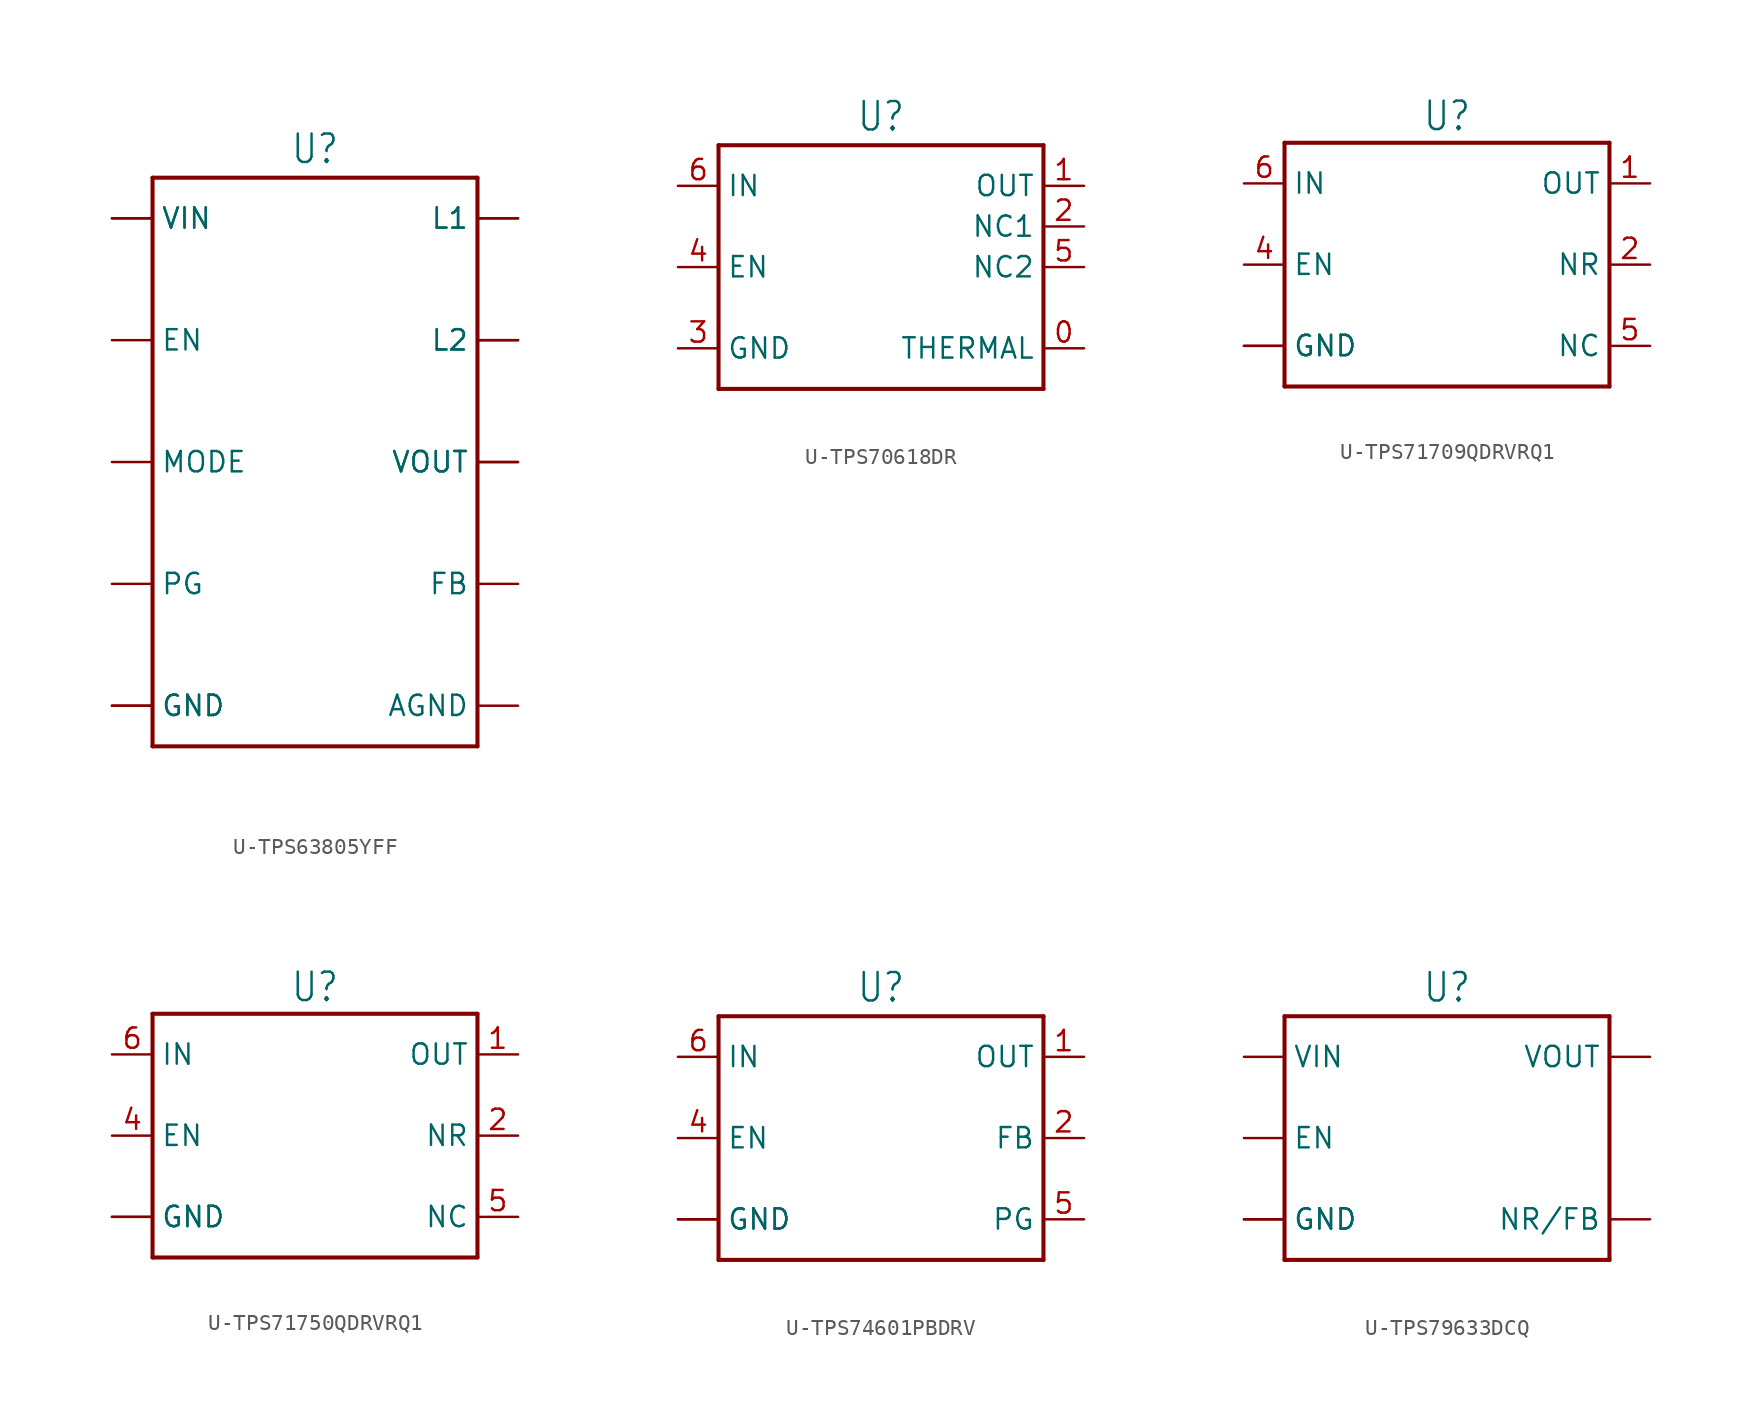
<source format=kicad_sym>
(kicad_symbol_lib
  (version 20231120)
  (generator "kicad_symbol_editor")
  (generator_version "8.0")
  (symbol "U-TPS63805YFF"
    (property "Reference" "U"
      (at 0 18.542 0)
      (effects (font (size 1.778 1.511)) (justify bottom)))
    (property "Value" ""
      (at 0 -18.542 0)
      (effects (font (size 1.778 1.511)) (justify top)))
    (property "ki_locked" ""
      (at 0 0 0)
      (effects (font (size 1.27 1.27))))
    (symbol "U-TPS63805YFF_1_0"
      (polyline (pts (xy -10.16 -17.78) (xy 10.16 -17.78)) (stroke (width 0.254) (type solid)) (fill (type none)))
      (polyline (pts (xy -10.16 17.78) (xy -10.16 -17.78)) (stroke (width 0.254) (type solid)) (fill (type none)))
      (polyline (pts (xy 10.16 -17.78) (xy 10.16 17.78)) (stroke (width 0.254) (type solid)) (fill (type none)))
      (polyline (pts (xy 10.16 17.78) (xy -10.16 17.78)) (stroke (width 0.254) (type solid)) (fill (type none)))
      (pin passive line (at -12.7 7.62 0) (length 2.54) (name "EN" (effects (font (size 1.27 1.27)))) (number "A1" (effects (font (size 0 0)))))
      (pin passive line (at -12.7 15.24 0) (length 2.54) (name "VIN" (effects (font (size 1.27 1.27)))) (number "A2" (effects (font (size 0 0)))))
      (pin passive line (at -12.7 15.24 0) (length 2.54) (name "VIN" (effects (font (size 1.27 1.27)))) (number "A3" (effects (font (size 0 0)))))
      (pin passive line (at -12.7 0 0) (length 2.54) (name "MODE" (effects (font (size 1.27 1.27)))) (number "B1" (effects (font (size 0 0)))))
      (pin passive line (at 12.7 15.24 180) (length 2.54) (name "L1" (effects (font (size 1.27 1.27)))) (number "B2" (effects (font (size 0 0)))))
      (pin passive line (at 12.7 15.24 180) (length 2.54) (name "L1" (effects (font (size 1.27 1.27)))) (number "B3" (effects (font (size 0 0)))))
      (pin passive line (at 12.7 -15.24 180) (length 2.54) (name "AGND" (effects (font (size 1.27 1.27)))) (number "C1" (effects (font (size 0 0)))))
      (pin passive line (at -12.7 -15.24 0) (length 2.54) (name "GND" (effects (font (size 1.27 1.27)))) (number "C2" (effects (font (size 0 0)))))
      (pin passive line (at -12.7 -15.24 0) (length 2.54) (name "GND" (effects (font (size 1.27 1.27)))) (number "C3" (effects (font (size 0 0)))))
      (pin passive line (at 12.7 -7.62 180) (length 2.54) (name "FB" (effects (font (size 1.27 1.27)))) (number "D1" (effects (font (size 0 0)))))
      (pin passive line (at 12.7 7.62 180) (length 2.54) (name "L2" (effects (font (size 1.27 1.27)))) (number "D2" (effects (font (size 0 0)))))
      (pin passive line (at 12.7 7.62 180) (length 2.54) (name "L2" (effects (font (size 1.27 1.27)))) (number "D3" (effects (font (size 0 0)))))
      (pin passive line (at -12.7 -7.62 0) (length 2.54) (name "PG" (effects (font (size 1.27 1.27)))) (number "E1" (effects (font (size 0 0)))))
      (pin passive line (at 12.7 0 180) (length 2.54) (name "VOUT" (effects (font (size 1.27 1.27)))) (number "E2" (effects (font (size 0 0)))))
      (pin passive line (at 12.7 0 180) (length 2.54) (name "VOUT" (effects (font (size 1.27 1.27)))) (number "E3" (effects (font (size 0 0)))))))
  (symbol "U-TPS70618DR"
    (property "Reference" "U"
      (at 0 8.382 0)
      (effects (font (size 1.778 1.511)) (justify bottom)))
    (property "Value" ""
      (at 0 -8.382 0)
      (effects (font (size 1.778 1.511)) (justify top)))
    (property "ki_locked" ""
      (at 0 0 0)
      (effects (font (size 1.27 1.27))))
    (symbol "U-TPS70618DR_1_0"
      (polyline (pts (xy -10.16 -7.62) (xy -10.16 7.62)) (stroke (width 0.254) (type solid)) (fill (type none)))
      (polyline (pts (xy -10.16 7.62) (xy 10.16 7.62)) (stroke (width 0.254) (type solid)) (fill (type none)))
      (polyline (pts (xy 10.16 -7.62) (xy -10.16 -7.62)) (stroke (width 0.254) (type solid)) (fill (type none)))
      (polyline (pts (xy 10.16 7.62) (xy 10.16 -7.62)) (stroke (width 0.254) (type solid)) (fill (type none)))
      (pin passive line (at 12.7 -5.08 180) (length 2.54) (name "THERMAL" (effects (font (size 1.27 1.27)))) (number "0" (effects (font (size 1.27 1.27)))))
      (pin passive line (at 12.7 5.08 180) (length 2.54) (name "OUT" (effects (font (size 1.27 1.27)))) (number "1" (effects (font (size 1.27 1.27)))))
      (pin passive line (at 12.7 2.54 180) (length 2.54) (name "NC1" (effects (font (size 1.27 1.27)))) (number "2" (effects (font (size 1.27 1.27)))))
      (pin passive line (at -12.7 -5.08 0) (length 2.54) (name "GND" (effects (font (size 1.27 1.27)))) (number "3" (effects (font (size 1.27 1.27)))))
      (pin passive line (at -12.7 0 0) (length 2.54) (name "EN" (effects (font (size 1.27 1.27)))) (number "4" (effects (font (size 1.27 1.27)))))
      (pin passive line (at 12.7 0 180) (length 2.54) (name "NC2" (effects (font (size 1.27 1.27)))) (number "5" (effects (font (size 1.27 1.27)))))
      (pin passive line (at -12.7 5.08 0) (length 2.54) (name "IN" (effects (font (size 1.27 1.27)))) (number "6" (effects (font (size 1.27 1.27)))))))
  (symbol "U-TPS71709QDRVRQ1"
    (property "Reference" "U"
      (at 0 8.255 0)
      (effects (font (size 1.778 1.511)) (justify bottom)))
    (property "Value" ""
      (at 0 -8.255 0)
      (effects (font (size 1.778 1.511)) (justify top)))
    (property "ki_locked" ""
      (at 0 0 0)
      (effects (font (size 1.27 1.27))))
    (symbol "U-TPS71709QDRVRQ1_1_0"
      (polyline (pts (xy -10.16 -7.62) (xy -10.16 7.62)) (stroke (width 0.254) (type solid)) (fill (type none)))
      (polyline (pts (xy -10.16 7.62) (xy 10.16 7.62)) (stroke (width 0.254) (type solid)) (fill (type none)))
      (polyline (pts (xy 10.16 -7.62) (xy -10.16 -7.62)) (stroke (width 0.254) (type solid)) (fill (type none)))
      (polyline (pts (xy 10.16 7.62) (xy 10.16 -7.62)) (stroke (width 0.254) (type solid)) (fill (type none)))
      (pin passive line (at -12.7 -5.08 0) (length 2.54) (name "GND" (effects (font (size 1.27 1.27)))) (number "0" (effects (font (size 0 0)))))
      (pin passive line (at 12.7 5.08 180) (length 2.54) (name "OUT" (effects (font (size 1.27 1.27)))) (number "1" (effects (font (size 1.27 1.27)))))
      (pin passive line (at 12.7 0 180) (length 2.54) (name "NR" (effects (font (size 1.27 1.27)))) (number "2" (effects (font (size 1.27 1.27)))))
      (pin passive line (at -12.7 -5.08 0) (length 2.54) (name "GND" (effects (font (size 1.27 1.27)))) (number "3" (effects (font (size 0 0)))))
      (pin passive line (at -12.7 0 0) (length 2.54) (name "EN" (effects (font (size 1.27 1.27)))) (number "4" (effects (font (size 1.27 1.27)))))
      (pin passive line (at 12.7 -5.08 180) (length 2.54) (name "NC" (effects (font (size 1.27 1.27)))) (number "5" (effects (font (size 1.27 1.27)))))
      (pin passive line (at -12.7 5.08 0) (length 2.54) (name "IN" (effects (font (size 1.27 1.27)))) (number "6" (effects (font (size 1.27 1.27)))))))
  (symbol "U-TPS71750QDRVRQ1"
    (property "Reference" "U"
      (at 0 8.255 0)
      (effects (font (size 1.778 1.511)) (justify bottom)))
    (property "Value" ""
      (at 0 -8.255 0)
      (effects (font (size 1.778 1.511)) (justify top)))
    (property "ki_locked" ""
      (at 0 0 0)
      (effects (font (size 1.27 1.27))))
    (symbol "U-TPS71750QDRVRQ1_1_0"
      (polyline (pts (xy -10.16 -7.62) (xy -10.16 7.62)) (stroke (width 0.254) (type solid)) (fill (type none)))
      (polyline (pts (xy -10.16 7.62) (xy 10.16 7.62)) (stroke (width 0.254) (type solid)) (fill (type none)))
      (polyline (pts (xy 10.16 -7.62) (xy -10.16 -7.62)) (stroke (width 0.254) (type solid)) (fill (type none)))
      (polyline (pts (xy 10.16 7.62) (xy 10.16 -7.62)) (stroke (width 0.254) (type solid)) (fill (type none)))
      (pin passive line (at -12.7 -5.08 0) (length 2.54) (name "GND" (effects (font (size 1.27 1.27)))) (number "0" (effects (font (size 0 0)))))
      (pin passive line (at 12.7 5.08 180) (length 2.54) (name "OUT" (effects (font (size 1.27 1.27)))) (number "1" (effects (font (size 1.27 1.27)))))
      (pin passive line (at 12.7 0 180) (length 2.54) (name "NR" (effects (font (size 1.27 1.27)))) (number "2" (effects (font (size 1.27 1.27)))))
      (pin passive line (at -12.7 -5.08 0) (length 2.54) (name "GND" (effects (font (size 1.27 1.27)))) (number "3" (effects (font (size 0 0)))))
      (pin passive line (at -12.7 0 0) (length 2.54) (name "EN" (effects (font (size 1.27 1.27)))) (number "4" (effects (font (size 1.27 1.27)))))
      (pin passive line (at 12.7 -5.08 180) (length 2.54) (name "NC" (effects (font (size 1.27 1.27)))) (number "5" (effects (font (size 1.27 1.27)))))
      (pin passive line (at -12.7 5.08 0) (length 2.54) (name "IN" (effects (font (size 1.27 1.27)))) (number "6" (effects (font (size 1.27 1.27)))))))
  (symbol "U-TPS74601PBDRV"
    (property "Reference" "U"
      (at 0 8.382 0)
      (effects (font (size 1.778 1.511)) (justify bottom)))
    (property "Value" ""
      (at 0 -8.382 0)
      (effects (font (size 1.778 1.511)) (justify top)))
    (property "ki_locked" ""
      (at 0 0 0)
      (effects (font (size 1.27 1.27))))
    (symbol "U-TPS74601PBDRV_1_0"
      (polyline (pts (xy -10.16 -7.62) (xy 10.16 -7.62)) (stroke (width 0.254) (type solid)) (fill (type none)))
      (polyline (pts (xy -10.16 7.62) (xy -10.16 -7.62)) (stroke (width 0.254) (type solid)) (fill (type none)))
      (polyline (pts (xy 10.16 -7.62) (xy 10.16 7.62)) (stroke (width 0.254) (type solid)) (fill (type none)))
      (polyline (pts (xy 10.16 7.62) (xy -10.16 7.62)) (stroke (width 0.254) (type solid)) (fill (type none)))
      (pin passive line (at -12.7 -5.08 0) (length 2.54) (name "GND" (effects (font (size 1.27 1.27)))) (number "0" (effects (font (size 0 0)))))
      (pin passive line (at 12.7 5.08 180) (length 2.54) (name "OUT" (effects (font (size 1.27 1.27)))) (number "1" (effects (font (size 1.27 1.27)))))
      (pin passive line (at 12.7 0 180) (length 2.54) (name "FB" (effects (font (size 1.27 1.27)))) (number "2" (effects (font (size 1.27 1.27)))))
      (pin passive line (at -12.7 -5.08 0) (length 2.54) (name "GND" (effects (font (size 1.27 1.27)))) (number "3" (effects (font (size 0 0)))))
      (pin passive line (at -12.7 0 0) (length 2.54) (name "EN" (effects (font (size 1.27 1.27)))) (number "4" (effects (font (size 1.27 1.27)))))
      (pin passive line (at 12.7 -5.08 180) (length 2.54) (name "PG" (effects (font (size 1.27 1.27)))) (number "5" (effects (font (size 1.27 1.27)))))
      (pin passive line (at -12.7 5.08 0) (length 2.54) (name "IN" (effects (font (size 1.27 1.27)))) (number "6" (effects (font (size 1.27 1.27)))))))
  (symbol "U-TPS79633DCQ"
    (property "Reference" "U"
      (at 0 8.382 0)
      (effects (font (size 1.778 1.511)) (justify bottom)))
    (property "Value" ""
      (at 0 -8.382 0)
      (effects (font (size 1.778 1.511)) (justify top)))
    (property "ki_locked" ""
      (at 0 0 0)
      (effects (font (size 1.27 1.27))))
    (symbol "U-TPS79633DCQ_1_0"
      (polyline (pts (xy -10.16 -7.62) (xy 10.16 -7.62)) (stroke (width 0.254) (type solid)) (fill (type none)))
      (polyline (pts (xy -10.16 7.62) (xy -10.16 -7.62)) (stroke (width 0.254) (type solid)) (fill (type none)))
      (polyline (pts (xy 10.16 -7.62) (xy 10.16 7.62)) (stroke (width 0.254) (type solid)) (fill (type none)))
      (polyline (pts (xy 10.16 7.62) (xy -10.16 7.62)) (stroke (width 0.254) (type solid)) (fill (type none)))
      (pin passive line (at -12.7 0 0) (length 2.54) (name "EN" (effects (font (size 1.27 1.27)))) (number "1" (effects (font (size 0 0)))))
      (pin passive line (at -12.7 5.08 0) (length 2.54) (name "VIN" (effects (font (size 1.27 1.27)))) (number "2" (effects (font (size 0 0)))))
      (pin passive line (at -12.7 -5.08 0) (length 2.54) (name "GND" (effects (font (size 1.27 1.27)))) (number "3" (effects (font (size 0 0)))))
      (pin passive line (at 12.7 5.08 180) (length 2.54) (name "VOUT" (effects (font (size 1.27 1.27)))) (number "4" (effects (font (size 0 0)))))
      (pin passive line (at 12.7 -5.08 180) (length 2.54) (name "NR/FB" (effects (font (size 1.27 1.27)))) (number "5" (effects (font (size 0 0)))))
      (pin passive line (at -12.7 -5.08 0) (length 2.54) (name "GND" (effects (font (size 1.27 1.27)))) (number "6" (effects (font (size 0 0))))))))
</source>
